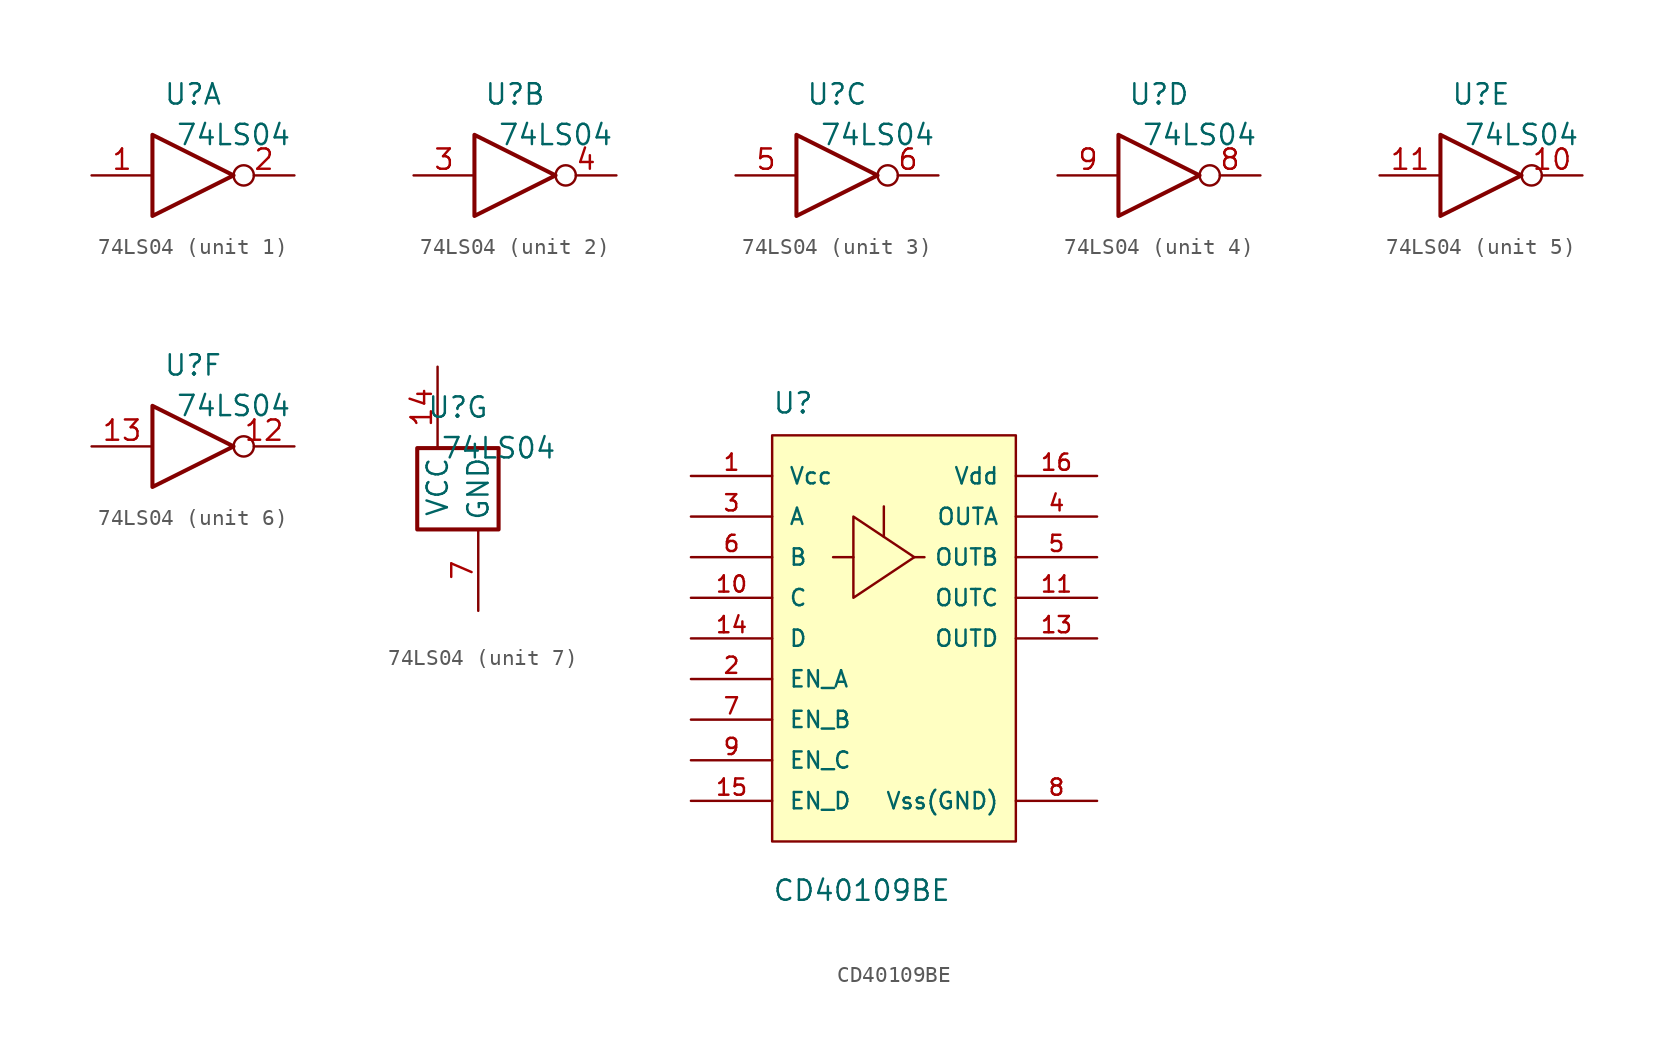
<source format=kicad_sym>
(kicad_symbol_lib
  (version 20220914)
  (generator kicad_symbol_editor)
  (symbol "74LS04"
    (property "Reference" "U"
      (at 0 5.08 0)
      (effects (font (size 1.27 1.27))))
    (property "Value" "74LS04"
      (at 2.54 2.54 0)
      (effects (font (size 1.27 1.27))))
    (property "ki_locked" ""
      (at 0 0 0)
      (effects (font (size 1.27 1.27))))
    (symbol "74LS04_1_0"
      (polyline (pts (xy -2.54 2.54) (xy -2.54 -2.54) (xy 2.54 0) (xy -2.54 2.54)) (stroke (width 0.254) (type default)) (fill (type none)))
      (pin input line (at -6.35 0 0) (length 3.81) (name "~" (effects (font (size 1.27 1.27)))) (number "1" (effects (font (size 1.27 1.27)))))
      (pin output inverted (at 6.35 0 180) (length 3.81) (name "~" (effects (font (size 1.27 1.27)))) (number "2" (effects (font (size 1.27 1.27))))))
    (symbol "74LS04_2_0"
      (polyline (pts (xy -2.54 2.54) (xy -2.54 -2.54) (xy 2.54 0) (xy -2.54 2.54)) (stroke (width 0.254) (type default)) (fill (type none)))
      (pin input line (at -6.35 0 0) (length 3.81) (name "~" (effects (font (size 1.27 1.27)))) (number "3" (effects (font (size 1.27 1.27)))))
      (pin output inverted (at 6.35 0 180) (length 3.81) (name "~" (effects (font (size 1.27 1.27)))) (number "4" (effects (font (size 1.27 1.27))))))
    (symbol "74LS04_3_0"
      (polyline (pts (xy -2.54 2.54) (xy -2.54 -2.54) (xy 2.54 0) (xy -2.54 2.54)) (stroke (width 0.254) (type default)) (fill (type none)))
      (pin input line (at -6.35 0 0) (length 3.81) (name "~" (effects (font (size 1.27 1.27)))) (number "5" (effects (font (size 1.27 1.27)))))
      (pin output inverted (at 6.35 0 180) (length 3.81) (name "~" (effects (font (size 1.27 1.27)))) (number "6" (effects (font (size 1.27 1.27))))))
    (symbol "74LS04_4_0"
      (polyline (pts (xy -2.54 2.54) (xy -2.54 -2.54) (xy 2.54 0) (xy -2.54 2.54)) (stroke (width 0.254) (type default)) (fill (type none)))
      (pin output inverted (at 6.35 0 180) (length 3.81) (name "~" (effects (font (size 1.27 1.27)))) (number "8" (effects (font (size 1.27 1.27)))))
      (pin input line (at -6.35 0 0) (length 3.81) (name "~" (effects (font (size 1.27 1.27)))) (number "9" (effects (font (size 1.27 1.27))))))
    (symbol "74LS04_5_0"
      (polyline (pts (xy -2.54 2.54) (xy -2.54 -2.54) (xy 2.54 0) (xy -2.54 2.54)) (stroke (width 0.254) (type default)) (fill (type none)))
      (pin output inverted (at 6.35 0 180) (length 3.81) (name "~" (effects (font (size 1.27 1.27)))) (number "10" (effects (font (size 1.27 1.27)))))
      (pin input line (at -6.35 0 0) (length 3.81) (name "~" (effects (font (size 1.27 1.27)))) (number "11" (effects (font (size 1.27 1.27))))))
    (symbol "74LS04_6_0"
      (polyline (pts (xy -2.54 2.54) (xy -2.54 -2.54) (xy 2.54 0) (xy -2.54 2.54)) (stroke (width 0.254) (type default)) (fill (type none)))
      (pin output inverted (at 6.35 0 180) (length 3.81) (name "~" (effects (font (size 1.27 1.27)))) (number "12" (effects (font (size 1.27 1.27)))))
      (pin input line (at -6.35 0 0) (length 3.81) (name "~" (effects (font (size 1.27 1.27)))) (number "13" (effects (font (size 1.27 1.27))))))
    (symbol "74LS04_7_0"
      (pin power_in line (at -1.27 7.62 270) (length 5.08) (name "VCC" (effects (font (size 1.27 1.27)))) (number "14" (effects (font (size 1.27 1.27)))))
      (pin power_in line (at 1.27 -7.62 90) (length 5.08) (name "GND" (effects (font (size 1.27 1.27)))) (number "7" (effects (font (size 1.27 1.27))))))
    (symbol "74LS04_7_1"
      (rectangle (start -2.54 2.54) (end 2.54 -2.54) (stroke (width 0.254) (type default)) (fill (type none)))))
  (symbol "CD40109BE"
    (pin_names
      (offset 1.016))
    (property "Reference" "U"
      (at -7.62 13.97 0)
      (effects (font (size 1.27 1.27)) (justify left bottom)))
    (property "Value" "CD40109BE"
      (at -7.62 -16.51 0)
      (effects (font (size 1.27 1.27)) (justify left bottom)))
    (symbol "CD40109BE_0_0"
      (pin input line (at -12.7 -10.16 0) (length 5.08) (name "EN_D" (effects (font (size 1.016 1.016)))) (number "15" (effects (font (size 1.016 1.016)))))
      (pin input line (at -12.7 -2.54 0) (length 5.08) (name "EN_A" (effects (font (size 1.016 1.016)))) (number "2" (effects (font (size 1.016 1.016)))))
      (pin input line (at -12.7 -5.08 0) (length 5.08) (name "EN_B" (effects (font (size 1.016 1.016)))) (number "7" (effects (font (size 1.016 1.016)))))
      (pin input line (at -12.7 -7.62 0) (length 5.08) (name "EN_C" (effects (font (size 1.016 1.016)))) (number "9" (effects (font (size 1.016 1.016))))))
    (symbol "CD40109BE_0_1"
      (polyline (pts (xy -2.54 5.08) (xy -3.81 5.08)) (stroke (width 0) (type default)) (fill (type none)))
      (polyline (pts (xy -0.635 6.35) (xy -0.635 8.255)) (stroke (width 0) (type default)) (fill (type none)))
      (polyline (pts (xy 1.27 5.08) (xy 1.905 5.08)) (stroke (width 0) (type default)) (fill (type none)))
      (polyline (pts (xy -2.54 7.62) (xy -2.54 2.54) (xy 1.27 5.08) (xy -2.54 7.62)) (stroke (width 0) (type default)) (fill (type none))))
    (symbol "CD40109BE_1_0"
      (rectangle (start -7.62 12.7) (end 7.62 -12.7) (stroke (width 0) (type default)) (fill (type background)))
      (pin power_in line (at -12.7 10.16 0) (length 5.08) (name "Vcc" (effects (font (size 1.016 1.016)))) (number "1" (effects (font (size 1.016 1.016)))))
      (pin input line (at -12.7 2.54 0) (length 5.08) (name "C" (effects (font (size 1.016 1.016)))) (number "10" (effects (font (size 1.016 1.016)))))
      (pin output line (at 12.7 2.54 180) (length 5.08) (name "OUTC" (effects (font (size 1.016 1.016)))) (number "11" (effects (font (size 1.016 1.016)))))
      (pin output line (at 12.7 0 180) (length 5.08) (name "OUTD" (effects (font (size 1.016 1.016)))) (number "13" (effects (font (size 1.016 1.016)))))
      (pin input line (at -12.7 0 0) (length 5.08) (name "D" (effects (font (size 1.016 1.016)))) (number "14" (effects (font (size 1.016 1.016)))))
      (pin power_in line (at 12.7 10.16 180) (length 5.08) (name "Vdd" (effects (font (size 1.016 1.016)))) (number "16" (effects (font (size 1.016 1.016)))))
      (pin input line (at -12.7 7.62 0) (length 5.08) (name "A" (effects (font (size 1.016 1.016)))) (number "3" (effects (font (size 1.016 1.016)))))
      (pin output line (at 12.7 7.62 180) (length 5.08) (name "OUTA" (effects (font (size 1.016 1.016)))) (number "4" (effects (font (size 1.016 1.016)))))
      (pin output line (at 12.7 5.08 180) (length 5.08) (name "OUTB" (effects (font (size 1.016 1.016)))) (number "5" (effects (font (size 1.016 1.016)))))
      (pin input line (at -12.7 5.08 0) (length 5.08) (name "B" (effects (font (size 1.016 1.016)))) (number "6" (effects (font (size 1.016 1.016)))))
      (pin power_in line (at 12.7 -10.16 180) (length 5.08) (name "Vss(GND)" (effects (font (size 1.016 1.016)))) (number "8" (effects (font (size 1.016 1.016))))))))
</source>
